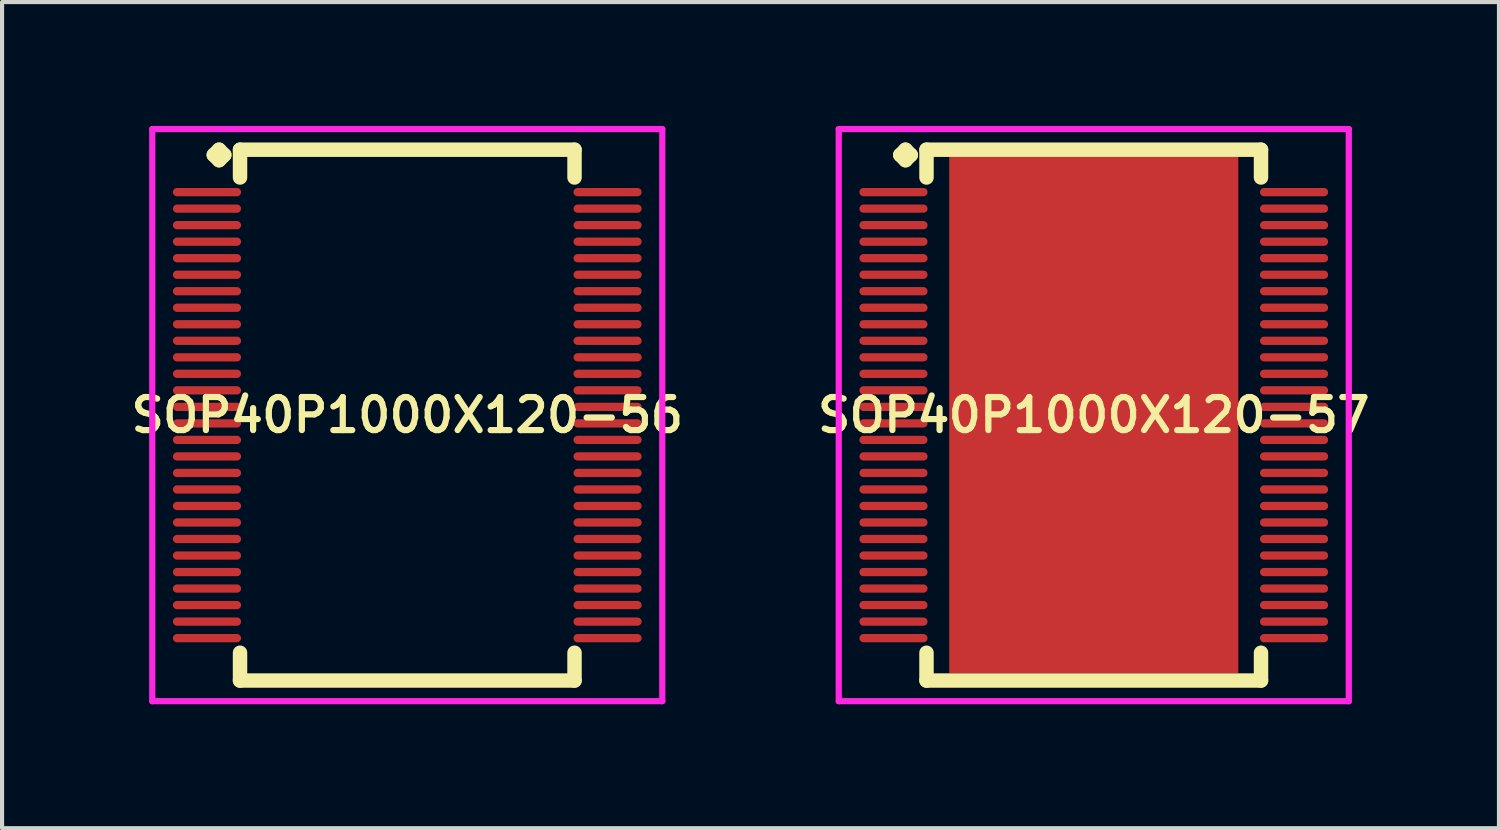
<source format=kicad_pcb>
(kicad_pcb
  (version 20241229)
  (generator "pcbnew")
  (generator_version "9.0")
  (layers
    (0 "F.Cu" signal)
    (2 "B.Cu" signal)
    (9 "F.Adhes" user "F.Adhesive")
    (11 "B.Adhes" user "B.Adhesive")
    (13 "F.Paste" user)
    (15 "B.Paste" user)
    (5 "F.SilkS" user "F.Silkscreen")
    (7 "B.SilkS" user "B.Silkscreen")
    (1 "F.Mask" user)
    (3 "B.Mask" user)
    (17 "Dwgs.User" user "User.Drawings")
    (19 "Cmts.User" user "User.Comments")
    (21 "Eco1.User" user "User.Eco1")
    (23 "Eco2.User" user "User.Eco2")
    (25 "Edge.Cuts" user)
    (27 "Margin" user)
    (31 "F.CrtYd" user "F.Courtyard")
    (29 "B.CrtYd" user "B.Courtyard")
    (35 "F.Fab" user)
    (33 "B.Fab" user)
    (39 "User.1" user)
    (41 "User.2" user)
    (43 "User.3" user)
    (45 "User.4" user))
  (footprint "SOP40P1000X120-57"
    (layer "F.Cu")
    (at 23.435 7.002)
    (property "Reference" "SOP40P1000X120-57" (at 0 0 0) (layer "F.SilkS") (effects (font (size 0.8 0.8) (thickness 0.15))))
    (attr smd)
    (fp_line (start -4.685 -6.3) (end -4.558 -6.427) (stroke (width 0.35) (type solid)) (layer "F.SilkS"))
    (fp_line (start -4.558 -6.427) (end -4.431 -6.3) (stroke (width 0.35) (type solid)) (layer "F.SilkS"))
    (fp_line (start -4.558 -6.173) (end -4.685 -6.3) (stroke (width 0.35) (type solid)) (layer "F.SilkS"))
    (fp_line (start -4.431 -6.3) (end -4.558 -6.173) (stroke (width 0.35) (type solid)) (layer "F.SilkS"))
    (fp_line (start -4.05 -6.427) (end 4.05 -6.427) (stroke (width 0.35) (type solid)) (layer "F.SilkS"))
    (fp_line (start -4.05 -5.754) (end -4.05 -6.427) (stroke (width 0.35) (type solid)) (layer "F.SilkS"))
    (fp_line (start -4.05 5.754) (end -4.05 6.427) (stroke (width 0.35) (type solid)) (layer "F.SilkS"))
    (fp_line (start -4.05 6.427) (end 4.05 6.427) (stroke (width 0.35) (type solid)) (layer "F.SilkS"))
    (fp_line (start 4.05 -6.427) (end 4.05 -5.754) (stroke (width 0.35) (type solid)) (layer "F.SilkS"))
    (fp_line (start 4.05 6.427) (end 4.05 5.754) (stroke (width 0.35) (type solid)) (layer "F.SilkS"))
    (fp_line (start -6.175 -6.927) (end 6.175 -6.927) (stroke (width 0.15) (type solid)) (layer "F.CrtYd"))
    (fp_line (start -6.175 6.927) (end -6.175 -6.927) (stroke (width 0.15) (type solid)) (layer "F.CrtYd"))
    (fp_line (start 6.175 -6.927) (end 6.175 6.927) (stroke (width 0.15) (type solid)) (layer "F.CrtYd"))
    (fp_line (start 6.175 6.927) (end -6.175 6.927) (stroke (width 0.15) (type solid)) (layer "F.CrtYd"))
    (pad "1" smd oval (at -4.85 -5.4) (size 1.65 0.2) (layers "F.Cu" "F.Mask" "F.Paste"))
    (pad "2" smd oval (at -4.85 -5) (size 1.65 0.2) (layers "F.Cu" "F.Mask" "F.Paste"))
    (pad "3" smd oval (at -4.85 -4.6) (size 1.65 0.2) (layers "F.Cu" "F.Mask" "F.Paste"))
    (pad "4" smd oval (at -4.85 -4.2) (size 1.65 0.2) (layers "F.Cu" "F.Mask" "F.Paste"))
    (pad "5" smd oval (at -4.85 -3.8) (size 1.65 0.2) (layers "F.Cu" "F.Mask" "F.Paste"))
    (pad "6" smd oval (at -4.85 -3.4) (size 1.65 0.2) (layers "F.Cu" "F.Mask" "F.Paste"))
    (pad "7" smd oval (at -4.85 -3) (size 1.65 0.2) (layers "F.Cu" "F.Mask" "F.Paste"))
    (pad "8" smd oval (at -4.85 -2.6) (size 1.65 0.2) (layers "F.Cu" "F.Mask" "F.Paste"))
    (pad "9" smd oval (at -4.85 -2.2) (size 1.65 0.2) (layers "F.Cu" "F.Mask" "F.Paste"))
    (pad "10" smd oval (at -4.85 -1.8) (size 1.65 0.2) (layers "F.Cu" "F.Mask" "F.Paste"))
    (pad "11" smd oval (at -4.85 -1.4) (size 1.65 0.2) (layers "F.Cu" "F.Mask" "F.Paste"))
    (pad "12" smd oval (at -4.85 -1) (size 1.65 0.2) (layers "F.Cu" "F.Mask" "F.Paste"))
    (pad "13" smd oval (at -4.85 -0.6) (size 1.65 0.2) (layers "F.Cu" "F.Mask" "F.Paste"))
    (pad "14" smd oval (at -4.85 -0.2) (size 1.65 0.2) (layers "F.Cu" "F.Mask" "F.Paste"))
    (pad "15" smd oval (at -4.85 0.2) (size 1.65 0.2) (layers "F.Cu" "F.Mask" "F.Paste"))
    (pad "16" smd oval (at -4.85 0.6) (size 1.65 0.2) (layers "F.Cu" "F.Mask" "F.Paste"))
    (pad "17" smd oval (at -4.85 1) (size 1.65 0.2) (layers "F.Cu" "F.Mask" "F.Paste"))
    (pad "18" smd oval (at -4.85 1.4) (size 1.65 0.2) (layers "F.Cu" "F.Mask" "F.Paste"))
    (pad "19" smd oval (at -4.85 1.8) (size 1.65 0.2) (layers "F.Cu" "F.Mask" "F.Paste"))
    (pad "20" smd oval (at -4.85 2.2) (size 1.65 0.2) (layers "F.Cu" "F.Mask" "F.Paste"))
    (pad "21" smd oval (at -4.85 2.6) (size 1.65 0.2) (layers "F.Cu" "F.Mask" "F.Paste"))
    (pad "22" smd oval (at -4.85 3) (size 1.65 0.2) (layers "F.Cu" "F.Mask" "F.Paste"))
    (pad "23" smd oval (at -4.85 3.4) (size 1.65 0.2) (layers "F.Cu" "F.Mask" "F.Paste"))
    (pad "24" smd oval (at -4.85 3.8) (size 1.65 0.2) (layers "F.Cu" "F.Mask" "F.Paste"))
    (pad "25" smd oval (at -4.85 4.2) (size 1.65 0.2) (layers "F.Cu" "F.Mask" "F.Paste"))
    (pad "26" smd oval (at -4.85 4.6) (size 1.65 0.2) (layers "F.Cu" "F.Mask" "F.Paste"))
    (pad "27" smd oval (at -4.85 5) (size 1.65 0.2) (layers "F.Cu" "F.Mask" "F.Paste"))
    (pad "28" smd oval (at -4.85 5.4) (size 1.65 0.2) (layers "F.Cu" "F.Mask" "F.Paste"))
    (pad "29" smd oval (at 4.85 5.4) (size 1.65 0.2) (layers "F.Cu" "F.Mask" "F.Paste"))
    (pad "30" smd oval (at 4.85 5) (size 1.65 0.2) (layers "F.Cu" "F.Mask" "F.Paste"))
    (pad "31" smd oval (at 4.85 4.6) (size 1.65 0.2) (layers "F.Cu" "F.Mask" "F.Paste"))
    (pad "32" smd oval (at 4.85 4.2) (size 1.65 0.2) (layers "F.Cu" "F.Mask" "F.Paste"))
    (pad "33" smd oval (at 4.85 3.8) (size 1.65 0.2) (layers "F.Cu" "F.Mask" "F.Paste"))
    (pad "34" smd oval (at 4.85 3.4) (size 1.65 0.2) (layers "F.Cu" "F.Mask" "F.Paste"))
    (pad "35" smd oval (at 4.85 3) (size 1.65 0.2) (layers "F.Cu" "F.Mask" "F.Paste"))
    (pad "36" smd oval (at 4.85 2.6) (size 1.65 0.2) (layers "F.Cu" "F.Mask" "F.Paste"))
    (pad "37" smd oval (at 4.85 2.2) (size 1.65 0.2) (layers "F.Cu" "F.Mask" "F.Paste"))
    (pad "38" smd oval (at 4.85 1.8) (size 1.65 0.2) (layers "F.Cu" "F.Mask" "F.Paste"))
    (pad "39" smd oval (at 4.85 1.4) (size 1.65 0.2) (layers "F.Cu" "F.Mask" "F.Paste"))
    (pad "40" smd oval (at 4.85 1) (size 1.65 0.2) (layers "F.Cu" "F.Mask" "F.Paste"))
    (pad "41" smd oval (at 4.85 0.6) (size 1.65 0.2) (layers "F.Cu" "F.Mask" "F.Paste"))
    (pad "42" smd oval (at 4.85 0.2) (size 1.65 0.2) (layers "F.Cu" "F.Mask" "F.Paste"))
    (pad "43" smd oval (at 4.85 -0.2) (size 1.65 0.2) (layers "F.Cu" "F.Mask" "F.Paste"))
    (pad "44" smd oval (at 4.85 -0.6) (size 1.65 0.2) (layers "F.Cu" "F.Mask" "F.Paste"))
    (pad "45" smd oval (at 4.85 -1) (size 1.65 0.2) (layers "F.Cu" "F.Mask" "F.Paste"))
    (pad "46" smd oval (at 4.85 -1.4) (size 1.65 0.2) (layers "F.Cu" "F.Mask" "F.Paste"))
    (pad "47" smd oval (at 4.85 -1.8) (size 1.65 0.2) (layers "F.Cu" "F.Mask" "F.Paste"))
    (pad "48" smd oval (at 4.85 -2.2) (size 1.65 0.2) (layers "F.Cu" "F.Mask" "F.Paste"))
    (pad "49" smd oval (at 4.85 -2.6) (size 1.65 0.2) (layers "F.Cu" "F.Mask" "F.Paste"))
    (pad "50" smd oval (at 4.85 -3) (size 1.65 0.2) (layers "F.Cu" "F.Mask" "F.Paste"))
    (pad "51" smd oval (at 4.85 -3.4) (size 1.65 0.2) (layers "F.Cu" "F.Mask" "F.Paste"))
    (pad "52" smd oval (at 4.85 -3.8) (size 1.65 0.2) (layers "F.Cu" "F.Mask" "F.Paste"))
    (pad "53" smd oval (at 4.85 -4.2) (size 1.65 0.2) (layers "F.Cu" "F.Mask" "F.Paste"))
    (pad "54" smd oval (at 4.85 -4.6) (size 1.65 0.2) (layers "F.Cu" "F.Mask" "F.Paste"))
    (pad "55" smd oval (at 4.85 -5) (size 1.65 0.2) (layers "F.Cu" "F.Mask" "F.Paste"))
    (pad "56" smd oval (at 4.85 -5.4) (size 1.65 0.2) (layers "F.Cu" "F.Mask" "F.Paste"))
    (pad "57" smd rect (at 0 0) (size 7 12.5) (layers "F.Cu" "F.Mask" "F.Paste")))
  (footprint "SOP40P1000X120-56"
    (layer "F.Cu")
    (at 6.812 7.002)
    (property "Reference" "SOP40P1000X120-56" (at 0 0 0) (layer "F.SilkS") (effects (font (size 0.8 0.8) (thickness 0.15))))
    (attr smd)
    (fp_line (start -4.685 -6.3) (end -4.558 -6.427) (stroke (width 0.35) (type solid)) (layer "F.SilkS"))
    (fp_line (start -4.558 -6.427) (end -4.431 -6.3) (stroke (width 0.35) (type solid)) (layer "F.SilkS"))
    (fp_line (start -4.558 -6.173) (end -4.685 -6.3) (stroke (width 0.35) (type solid)) (layer "F.SilkS"))
    (fp_line (start -4.431 -6.3) (end -4.558 -6.173) (stroke (width 0.35) (type solid)) (layer "F.SilkS"))
    (fp_line (start -4.05 -6.427) (end 4.05 -6.427) (stroke (width 0.35) (type solid)) (layer "F.SilkS"))
    (fp_line (start -4.05 -5.754) (end -4.05 -6.427) (stroke (width 0.35) (type solid)) (layer "F.SilkS"))
    (fp_line (start -4.05 5.754) (end -4.05 6.427) (stroke (width 0.35) (type solid)) (layer "F.SilkS"))
    (fp_line (start -4.05 6.427) (end 4.05 6.427) (stroke (width 0.35) (type solid)) (layer "F.SilkS"))
    (fp_line (start 4.05 -6.427) (end 4.05 -5.754) (stroke (width 0.35) (type solid)) (layer "F.SilkS"))
    (fp_line (start 4.05 6.427) (end 4.05 5.754) (stroke (width 0.35) (type solid)) (layer "F.SilkS"))
    (fp_line (start -6.175 -6.927) (end 6.175 -6.927) (stroke (width 0.15) (type solid)) (layer "F.CrtYd"))
    (fp_line (start -6.175 6.927) (end -6.175 -6.927) (stroke (width 0.15) (type solid)) (layer "F.CrtYd"))
    (fp_line (start 6.175 -6.927) (end 6.175 6.927) (stroke (width 0.15) (type solid)) (layer "F.CrtYd"))
    (fp_line (start 6.175 6.927) (end -6.175 6.927) (stroke (width 0.15) (type solid)) (layer "F.CrtYd"))
    (pad "1" smd oval (at -4.85 -5.4) (size 1.65 0.2) (layers "F.Cu" "F.Mask" "F.Paste"))
    (pad "2" smd oval (at -4.85 -5) (size 1.65 0.2) (layers "F.Cu" "F.Mask" "F.Paste"))
    (pad "3" smd oval (at -4.85 -4.6) (size 1.65 0.2) (layers "F.Cu" "F.Mask" "F.Paste"))
    (pad "4" smd oval (at -4.85 -4.2) (size 1.65 0.2) (layers "F.Cu" "F.Mask" "F.Paste"))
    (pad "5" smd oval (at -4.85 -3.8) (size 1.65 0.2) (layers "F.Cu" "F.Mask" "F.Paste"))
    (pad "6" smd oval (at -4.85 -3.4) (size 1.65 0.2) (layers "F.Cu" "F.Mask" "F.Paste"))
    (pad "7" smd oval (at -4.85 -3) (size 1.65 0.2) (layers "F.Cu" "F.Mask" "F.Paste"))
    (pad "8" smd oval (at -4.85 -2.6) (size 1.65 0.2) (layers "F.Cu" "F.Mask" "F.Paste"))
    (pad "9" smd oval (at -4.85 -2.2) (size 1.65 0.2) (layers "F.Cu" "F.Mask" "F.Paste"))
    (pad "10" smd oval (at -4.85 -1.8) (size 1.65 0.2) (layers "F.Cu" "F.Mask" "F.Paste"))
    (pad "11" smd oval (at -4.85 -1.4) (size 1.65 0.2) (layers "F.Cu" "F.Mask" "F.Paste"))
    (pad "12" smd oval (at -4.85 -1) (size 1.65 0.2) (layers "F.Cu" "F.Mask" "F.Paste"))
    (pad "13" smd oval (at -4.85 -0.6) (size 1.65 0.2) (layers "F.Cu" "F.Mask" "F.Paste"))
    (pad "14" smd oval (at -4.85 -0.2) (size 1.65 0.2) (layers "F.Cu" "F.Mask" "F.Paste"))
    (pad "15" smd oval (at -4.85 0.2) (size 1.65 0.2) (layers "F.Cu" "F.Mask" "F.Paste"))
    (pad "16" smd oval (at -4.85 0.6) (size 1.65 0.2) (layers "F.Cu" "F.Mask" "F.Paste"))
    (pad "17" smd oval (at -4.85 1) (size 1.65 0.2) (layers "F.Cu" "F.Mask" "F.Paste"))
    (pad "18" smd oval (at -4.85 1.4) (size 1.65 0.2) (layers "F.Cu" "F.Mask" "F.Paste"))
    (pad "19" smd oval (at -4.85 1.8) (size 1.65 0.2) (layers "F.Cu" "F.Mask" "F.Paste"))
    (pad "20" smd oval (at -4.85 2.2) (size 1.65 0.2) (layers "F.Cu" "F.Mask" "F.Paste"))
    (pad "21" smd oval (at -4.85 2.6) (size 1.65 0.2) (layers "F.Cu" "F.Mask" "F.Paste"))
    (pad "22" smd oval (at -4.85 3) (size 1.65 0.2) (layers "F.Cu" "F.Mask" "F.Paste"))
    (pad "23" smd oval (at -4.85 3.4) (size 1.65 0.2) (layers "F.Cu" "F.Mask" "F.Paste"))
    (pad "24" smd oval (at -4.85 3.8) (size 1.65 0.2) (layers "F.Cu" "F.Mask" "F.Paste"))
    (pad "25" smd oval (at -4.85 4.2) (size 1.65 0.2) (layers "F.Cu" "F.Mask" "F.Paste"))
    (pad "26" smd oval (at -4.85 4.6) (size 1.65 0.2) (layers "F.Cu" "F.Mask" "F.Paste"))
    (pad "27" smd oval (at -4.85 5) (size 1.65 0.2) (layers "F.Cu" "F.Mask" "F.Paste"))
    (pad "28" smd oval (at -4.85 5.4) (size 1.65 0.2) (layers "F.Cu" "F.Mask" "F.Paste"))
    (pad "29" smd oval (at 4.85 5.4) (size 1.65 0.2) (layers "F.Cu" "F.Mask" "F.Paste"))
    (pad "30" smd oval (at 4.85 5) (size 1.65 0.2) (layers "F.Cu" "F.Mask" "F.Paste"))
    (pad "31" smd oval (at 4.85 4.6) (size 1.65 0.2) (layers "F.Cu" "F.Mask" "F.Paste"))
    (pad "32" smd oval (at 4.85 4.2) (size 1.65 0.2) (layers "F.Cu" "F.Mask" "F.Paste"))
    (pad "33" smd oval (at 4.85 3.8) (size 1.65 0.2) (layers "F.Cu" "F.Mask" "F.Paste"))
    (pad "34" smd oval (at 4.85 3.4) (size 1.65 0.2) (layers "F.Cu" "F.Mask" "F.Paste"))
    (pad "35" smd oval (at 4.85 3) (size 1.65 0.2) (layers "F.Cu" "F.Mask" "F.Paste"))
    (pad "36" smd oval (at 4.85 2.6) (size 1.65 0.2) (layers "F.Cu" "F.Mask" "F.Paste"))
    (pad "37" smd oval (at 4.85 2.2) (size 1.65 0.2) (layers "F.Cu" "F.Mask" "F.Paste"))
    (pad "38" smd oval (at 4.85 1.8) (size 1.65 0.2) (layers "F.Cu" "F.Mask" "F.Paste"))
    (pad "39" smd oval (at 4.85 1.4) (size 1.65 0.2) (layers "F.Cu" "F.Mask" "F.Paste"))
    (pad "40" smd oval (at 4.85 1) (size 1.65 0.2) (layers "F.Cu" "F.Mask" "F.Paste"))
    (pad "41" smd oval (at 4.85 0.6) (size 1.65 0.2) (layers "F.Cu" "F.Mask" "F.Paste"))
    (pad "42" smd oval (at 4.85 0.2) (size 1.65 0.2) (layers "F.Cu" "F.Mask" "F.Paste"))
    (pad "43" smd oval (at 4.85 -0.2) (size 1.65 0.2) (layers "F.Cu" "F.Mask" "F.Paste"))
    (pad "44" smd oval (at 4.85 -0.6) (size 1.65 0.2) (layers "F.Cu" "F.Mask" "F.Paste"))
    (pad "45" smd oval (at 4.85 -1) (size 1.65 0.2) (layers "F.Cu" "F.Mask" "F.Paste"))
    (pad "46" smd oval (at 4.85 -1.4) (size 1.65 0.2) (layers "F.Cu" "F.Mask" "F.Paste"))
    (pad "47" smd oval (at 4.85 -1.8) (size 1.65 0.2) (layers "F.Cu" "F.Mask" "F.Paste"))
    (pad "48" smd oval (at 4.85 -2.2) (size 1.65 0.2) (layers "F.Cu" "F.Mask" "F.Paste"))
    (pad "49" smd oval (at 4.85 -2.6) (size 1.65 0.2) (layers "F.Cu" "F.Mask" "F.Paste"))
    (pad "50" smd oval (at 4.85 -3) (size 1.65 0.2) (layers "F.Cu" "F.Mask" "F.Paste"))
    (pad "51" smd oval (at 4.85 -3.4) (size 1.65 0.2) (layers "F.Cu" "F.Mask" "F.Paste"))
    (pad "52" smd oval (at 4.85 -3.8) (size 1.65 0.2) (layers "F.Cu" "F.Mask" "F.Paste"))
    (pad "53" smd oval (at 4.85 -4.2) (size 1.65 0.2) (layers "F.Cu" "F.Mask" "F.Paste"))
    (pad "54" smd oval (at 4.85 -4.6) (size 1.65 0.2) (layers "F.Cu" "F.Mask" "F.Paste"))
    (pad "55" smd oval (at 4.85 -5) (size 1.65 0.2) (layers "F.Cu" "F.Mask" "F.Paste"))
    (pad "56" smd oval (at 4.85 -5.4) (size 1.65 0.2) (layers "F.Cu" "F.Mask" "F.Paste")))
  (gr_rect
    (start -3 -3)
    (end 33.247 17.004)
    (stroke (width 0.1) (type default))
    (fill no)
    (layer "Edge.Cuts")))
</source>
